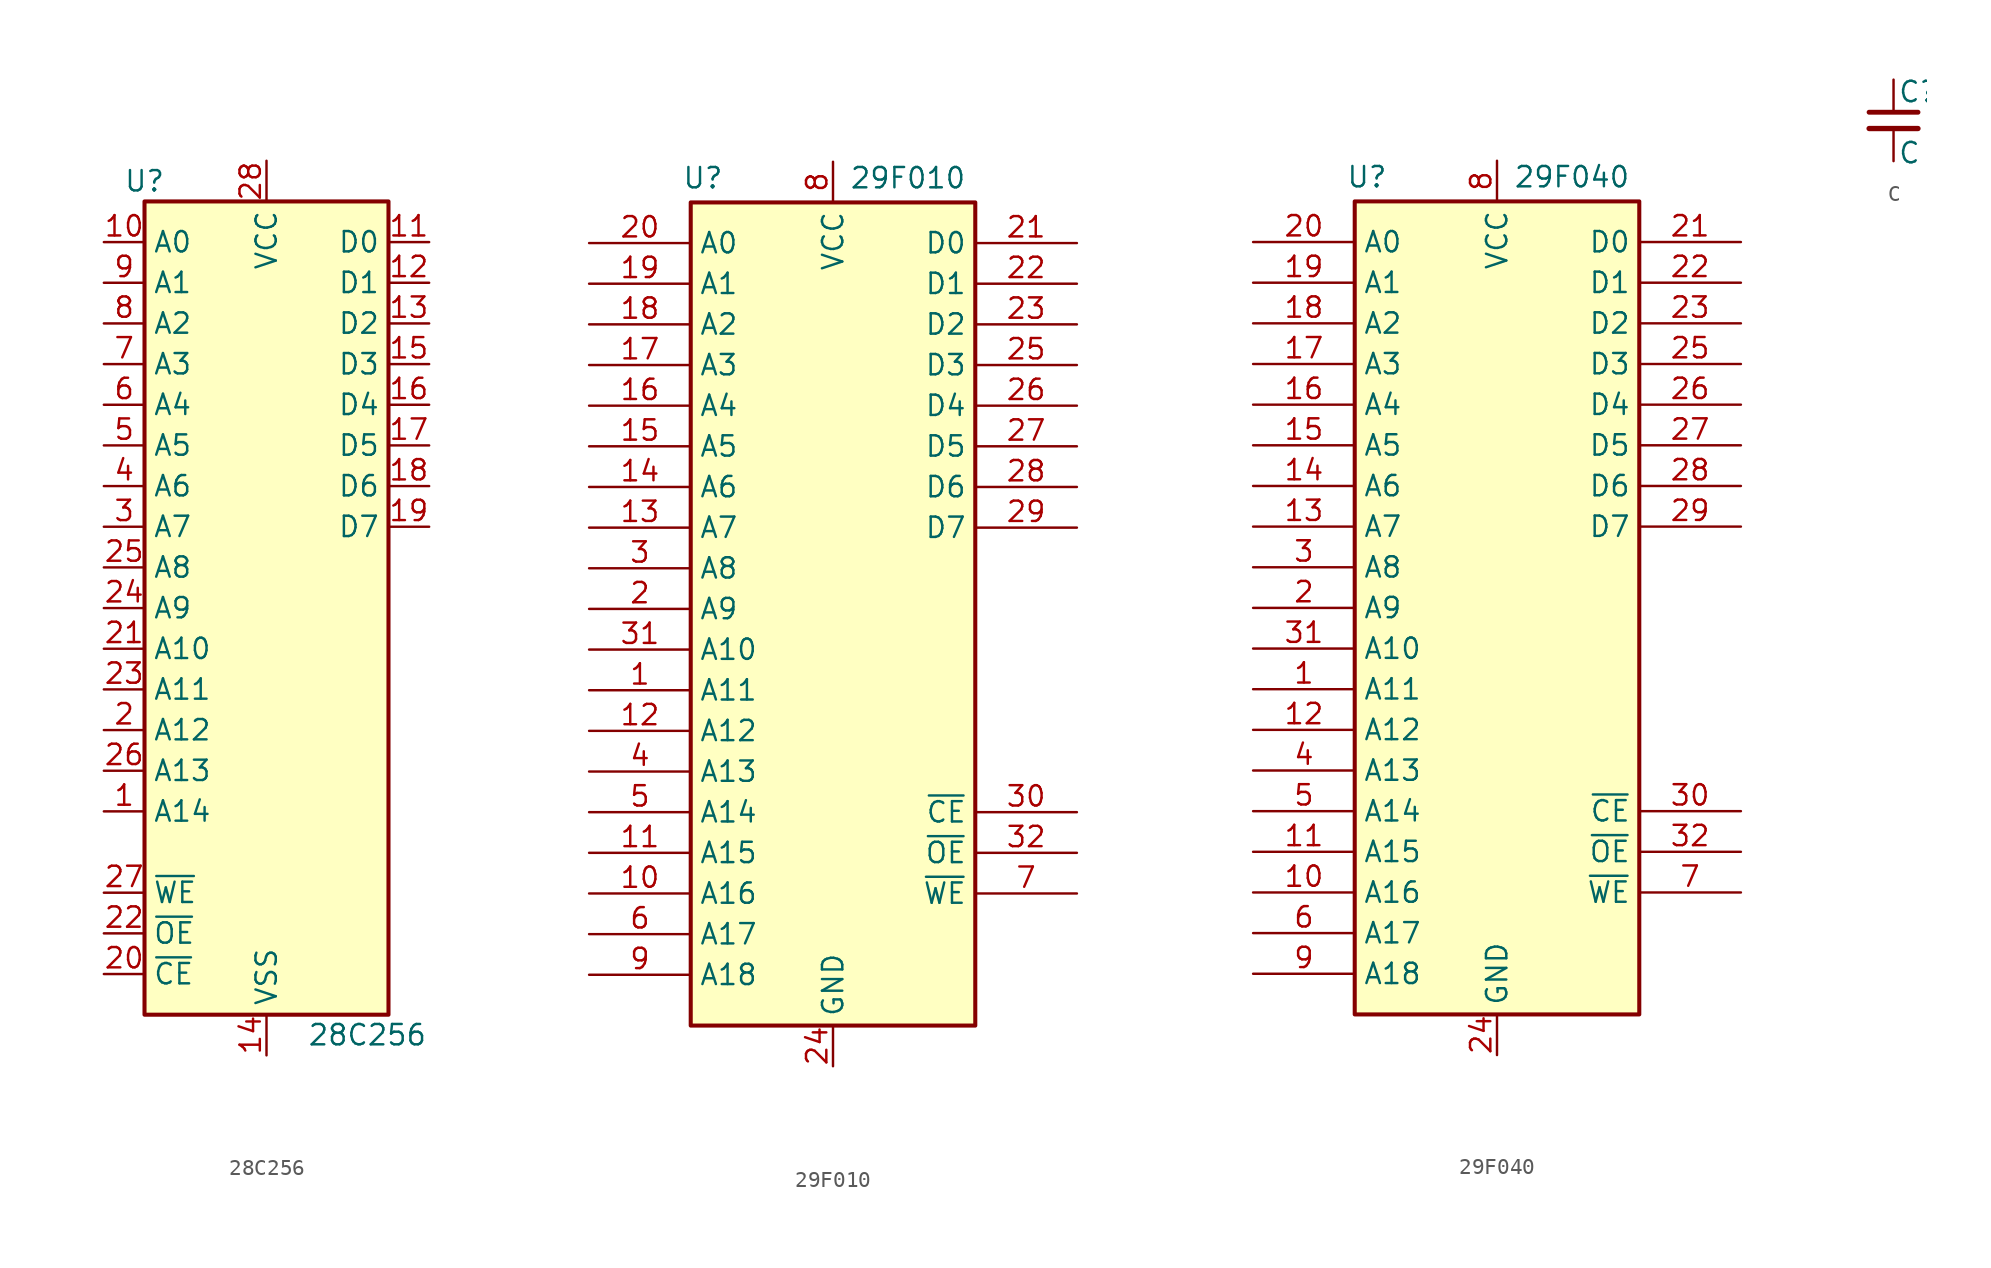
<source format=kicad_sym>
(kicad_symbol_lib
  (version 20220914)
  (generator kicad_symbol_editor)
  (symbol "28C256"
    (property "Reference" "U"
      (at -7.62 26.67 0)
      (effects (font (size 1.27 1.27))))
    (property "Value" "28C256"
      (at 2.54 -26.67 0)
      (effects (font (size 1.27 1.27)) (justify left)))
    (symbol "28C256_1_1"
      (rectangle (start -7.62 25.4) (end 7.62 -25.4) (stroke (width 0.254) (type default)) (fill (type background)))
      (pin input line (at -10.16 -12.7 0) (length 2.54) (name "A14" (effects (font (size 1.27 1.27)))) (number "1" (effects (font (size 1.27 1.27)))))
      (pin input line (at -10.16 22.86 0) (length 2.54) (name "A0" (effects (font (size 1.27 1.27)))) (number "10" (effects (font (size 1.27 1.27)))))
      (pin tri_state line (at 10.16 22.86 180) (length 2.54) (name "D0" (effects (font (size 1.27 1.27)))) (number "11" (effects (font (size 1.27 1.27)))))
      (pin tri_state line (at 10.16 20.32 180) (length 2.54) (name "D1" (effects (font (size 1.27 1.27)))) (number "12" (effects (font (size 1.27 1.27)))))
      (pin tri_state line (at 10.16 17.78 180) (length 2.54) (name "D2" (effects (font (size 1.27 1.27)))) (number "13" (effects (font (size 1.27 1.27)))))
      (pin power_in line (at 0 -27.94 90) (length 2.54) (name "VSS" (effects (font (size 1.27 1.27)))) (number "14" (effects (font (size 1.27 1.27)))))
      (pin tri_state line (at 10.16 15.24 180) (length 2.54) (name "D3" (effects (font (size 1.27 1.27)))) (number "15" (effects (font (size 1.27 1.27)))))
      (pin tri_state line (at 10.16 12.7 180) (length 2.54) (name "D4" (effects (font (size 1.27 1.27)))) (number "16" (effects (font (size 1.27 1.27)))))
      (pin tri_state line (at 10.16 10.16 180) (length 2.54) (name "D5" (effects (font (size 1.27 1.27)))) (number "17" (effects (font (size 1.27 1.27)))))
      (pin tri_state line (at 10.16 7.62 180) (length 2.54) (name "D6" (effects (font (size 1.27 1.27)))) (number "18" (effects (font (size 1.27 1.27)))))
      (pin tri_state line (at 10.16 5.08 180) (length 2.54) (name "D7" (effects (font (size 1.27 1.27)))) (number "19" (effects (font (size 1.27 1.27)))))
      (pin input line (at -10.16 -7.62 0) (length 2.54) (name "A12" (effects (font (size 1.27 1.27)))) (number "2" (effects (font (size 1.27 1.27)))))
      (pin input line (at -10.16 -22.86 0) (length 2.54) (name "~{CE}" (effects (font (size 1.27 1.27)))) (number "20" (effects (font (size 1.27 1.27)))))
      (pin input line (at -10.16 -2.54 0) (length 2.54) (name "A10" (effects (font (size 1.27 1.27)))) (number "21" (effects (font (size 1.27 1.27)))))
      (pin input line (at -10.16 -20.32 0) (length 2.54) (name "~{OE}" (effects (font (size 1.27 1.27)))) (number "22" (effects (font (size 1.27 1.27)))))
      (pin input line (at -10.16 -5.08 0) (length 2.54) (name "A11" (effects (font (size 1.27 1.27)))) (number "23" (effects (font (size 1.27 1.27)))))
      (pin input line (at -10.16 0 0) (length 2.54) (name "A9" (effects (font (size 1.27 1.27)))) (number "24" (effects (font (size 1.27 1.27)))))
      (pin input line (at -10.16 2.54 0) (length 2.54) (name "A8" (effects (font (size 1.27 1.27)))) (number "25" (effects (font (size 1.27 1.27)))))
      (pin input line (at -10.16 -10.16 0) (length 2.54) (name "A13" (effects (font (size 1.27 1.27)))) (number "26" (effects (font (size 1.27 1.27)))))
      (pin input line (at -10.16 -17.78 0) (length 2.54) (name "~{WE}" (effects (font (size 1.27 1.27)))) (number "27" (effects (font (size 1.27 1.27)))))
      (pin power_in line (at 0 27.94 270) (length 2.54) (name "VCC" (effects (font (size 1.27 1.27)))) (number "28" (effects (font (size 1.27 1.27)))))
      (pin input line (at -10.16 5.08 0) (length 2.54) (name "A7" (effects (font (size 1.27 1.27)))) (number "3" (effects (font (size 1.27 1.27)))))
      (pin input line (at -10.16 7.62 0) (length 2.54) (name "A6" (effects (font (size 1.27 1.27)))) (number "4" (effects (font (size 1.27 1.27)))))
      (pin input line (at -10.16 10.16 0) (length 2.54) (name "A5" (effects (font (size 1.27 1.27)))) (number "5" (effects (font (size 1.27 1.27)))))
      (pin input line (at -10.16 12.7 0) (length 2.54) (name "A4" (effects (font (size 1.27 1.27)))) (number "6" (effects (font (size 1.27 1.27)))))
      (pin input line (at -10.16 15.24 0) (length 2.54) (name "A3" (effects (font (size 1.27 1.27)))) (number "7" (effects (font (size 1.27 1.27)))))
      (pin input line (at -10.16 17.78 0) (length 2.54) (name "A2" (effects (font (size 1.27 1.27)))) (number "8" (effects (font (size 1.27 1.27)))))
      (pin input line (at -10.16 20.32 0) (length 2.54) (name "A1" (effects (font (size 1.27 1.27)))) (number "9" (effects (font (size 1.27 1.27)))))))
  (symbol "29F010"
    (property "Reference" "U"
      (at -8.128 24.384 0)
      (effects (font (size 1.27 1.27))))
    (property "Value" "29F010"
      (at 1.016 24.384 0)
      (effects (font (size 1.27 1.27)) (justify left)))
    (symbol "29F010_0_1"
      (rectangle (start -8.89 22.86) (end 8.89 -28.575) (stroke (width 0.254) (type default)) (fill (type background))))
    (symbol "29F010_1_1"
      (pin input line (at -15.24 -7.62 0) (length 6.35) (name "A11" (effects (font (size 1.27 1.27)))) (number "1" (effects (font (size 1.27 1.27)))))
      (pin input line (at -15.24 -20.32 0) (length 6.35) (name "A16" (effects (font (size 1.27 1.27)))) (number "10" (effects (font (size 1.27 1.27)))))
      (pin input line (at -15.24 -17.78 0) (length 6.35) (name "A15" (effects (font (size 1.27 1.27)))) (number "11" (effects (font (size 1.27 1.27)))))
      (pin input line (at -15.24 -10.16 0) (length 6.35) (name "A12" (effects (font (size 1.27 1.27)))) (number "12" (effects (font (size 1.27 1.27)))))
      (pin input line (at -15.24 2.54 0) (length 6.35) (name "A7" (effects (font (size 1.27 1.27)))) (number "13" (effects (font (size 1.27 1.27)))))
      (pin input line (at -15.24 5.08 0) (length 6.35) (name "A6" (effects (font (size 1.27 1.27)))) (number "14" (effects (font (size 1.27 1.27)))))
      (pin input line (at -15.24 7.62 0) (length 6.35) (name "A5" (effects (font (size 1.27 1.27)))) (number "15" (effects (font (size 1.27 1.27)))))
      (pin input line (at -15.24 10.16 0) (length 6.35) (name "A4" (effects (font (size 1.27 1.27)))) (number "16" (effects (font (size 1.27 1.27)))))
      (pin input line (at -15.24 12.7 0) (length 6.35) (name "A3" (effects (font (size 1.27 1.27)))) (number "17" (effects (font (size 1.27 1.27)))))
      (pin input line (at -15.24 15.24 0) (length 6.35) (name "A2" (effects (font (size 1.27 1.27)))) (number "18" (effects (font (size 1.27 1.27)))))
      (pin input line (at -15.24 17.78 0) (length 6.35) (name "A1" (effects (font (size 1.27 1.27)))) (number "19" (effects (font (size 1.27 1.27)))))
      (pin input line (at -15.24 -2.54 0) (length 6.35) (name "A9" (effects (font (size 1.27 1.27)))) (number "2" (effects (font (size 1.27 1.27)))))
      (pin input line (at -15.24 20.32 0) (length 6.35) (name "A0" (effects (font (size 1.27 1.27)))) (number "20" (effects (font (size 1.27 1.27)))))
      (pin tri_state line (at 15.24 20.32 180) (length 6.35) (name "D0" (effects (font (size 1.27 1.27)))) (number "21" (effects (font (size 1.27 1.27)))))
      (pin tri_state line (at 15.24 17.78 180) (length 6.35) (name "D1" (effects (font (size 1.27 1.27)))) (number "22" (effects (font (size 1.27 1.27)))))
      (pin tri_state line (at 15.24 15.24 180) (length 6.35) (name "D2" (effects (font (size 1.27 1.27)))) (number "23" (effects (font (size 1.27 1.27)))))
      (pin input line (at 0 -31.115 90) (length 2.54) (name "GND" (effects (font (size 1.27 1.27)))) (number "24" (effects (font (size 1.27 1.27)))))
      (pin tri_state line (at 15.24 12.7 180) (length 6.35) (name "D3" (effects (font (size 1.27 1.27)))) (number "25" (effects (font (size 1.27 1.27)))))
      (pin tri_state line (at 15.24 10.16 180) (length 6.35) (name "D4" (effects (font (size 1.27 1.27)))) (number "26" (effects (font (size 1.27 1.27)))))
      (pin tri_state line (at 15.24 7.62 180) (length 6.35) (name "D5" (effects (font (size 1.27 1.27)))) (number "27" (effects (font (size 1.27 1.27)))))
      (pin tri_state line (at 15.24 5.08 180) (length 6.35) (name "D6" (effects (font (size 1.27 1.27)))) (number "28" (effects (font (size 1.27 1.27)))))
      (pin tri_state line (at 15.24 2.54 180) (length 6.35) (name "D7" (effects (font (size 1.27 1.27)))) (number "29" (effects (font (size 1.27 1.27)))))
      (pin input line (at -15.24 0 0) (length 6.35) (name "A8" (effects (font (size 1.27 1.27)))) (number "3" (effects (font (size 1.27 1.27)))))
      (pin input line (at 15.24 -15.24 180) (length 6.35) (name "~{CE}" (effects (font (size 1.27 1.27)))) (number "30" (effects (font (size 1.27 1.27)))))
      (pin input line (at -15.24 -5.08 0) (length 6.35) (name "A10" (effects (font (size 1.27 1.27)))) (number "31" (effects (font (size 1.27 1.27)))))
      (pin input line (at 15.24 -17.78 180) (length 6.35) (name "~{OE}" (effects (font (size 1.27 1.27)))) (number "32" (effects (font (size 1.27 1.27)))))
      (pin input line (at -15.24 -12.7 0) (length 6.35) (name "A13" (effects (font (size 1.27 1.27)))) (number "4" (effects (font (size 1.27 1.27)))))
      (pin input line (at -15.24 -15.24 0) (length 6.35) (name "A14" (effects (font (size 1.27 1.27)))) (number "5" (effects (font (size 1.27 1.27)))))
      (pin input line (at -15.24 -22.86 0) (length 6.35) (name "A17" (effects (font (size 1.27 1.27)))) (number "6" (effects (font (size 1.27 1.27)))))
      (pin input line (at 15.24 -20.32 180) (length 6.35) (name "~{WE}" (effects (font (size 1.27 1.27)))) (number "7" (effects (font (size 1.27 1.27)))))
      (pin input line (at 0 25.4 270) (length 2.54) (name "VCC" (effects (font (size 1.27 1.27)))) (number "8" (effects (font (size 1.27 1.27)))))
      (pin input line (at -15.24 -25.4 0) (length 6.35) (name "A18" (effects (font (size 1.27 1.27)))) (number "9" (effects (font (size 1.27 1.27)))))))
  (symbol "29F040"
    (property "Reference" "U"
      (at -8.128 24.384 0)
      (effects (font (size 1.27 1.27))))
    (property "Value" "29F040"
      (at 1.016 24.384 0)
      (effects (font (size 1.27 1.27)) (justify left)))
    (symbol "29F040_0_1"
      (rectangle (start -8.89 22.86) (end 8.89 -27.94) (stroke (width 0.254) (type default)) (fill (type background))))
    (symbol "29F040_1_1"
      (pin input line (at -15.24 -7.62 0) (length 6.35) (name "A11" (effects (font (size 1.27 1.27)))) (number "1" (effects (font (size 1.27 1.27)))))
      (pin input line (at -15.24 -20.32 0) (length 6.35) (name "A16" (effects (font (size 1.27 1.27)))) (number "10" (effects (font (size 1.27 1.27)))))
      (pin input line (at -15.24 -17.78 0) (length 6.35) (name "A15" (effects (font (size 1.27 1.27)))) (number "11" (effects (font (size 1.27 1.27)))))
      (pin input line (at -15.24 -10.16 0) (length 6.35) (name "A12" (effects (font (size 1.27 1.27)))) (number "12" (effects (font (size 1.27 1.27)))))
      (pin input line (at -15.24 2.54 0) (length 6.35) (name "A7" (effects (font (size 1.27 1.27)))) (number "13" (effects (font (size 1.27 1.27)))))
      (pin input line (at -15.24 5.08 0) (length 6.35) (name "A6" (effects (font (size 1.27 1.27)))) (number "14" (effects (font (size 1.27 1.27)))))
      (pin input line (at -15.24 7.62 0) (length 6.35) (name "A5" (effects (font (size 1.27 1.27)))) (number "15" (effects (font (size 1.27 1.27)))))
      (pin input line (at -15.24 10.16 0) (length 6.35) (name "A4" (effects (font (size 1.27 1.27)))) (number "16" (effects (font (size 1.27 1.27)))))
      (pin input line (at -15.24 12.7 0) (length 6.35) (name "A3" (effects (font (size 1.27 1.27)))) (number "17" (effects (font (size 1.27 1.27)))))
      (pin input line (at -15.24 15.24 0) (length 6.35) (name "A2" (effects (font (size 1.27 1.27)))) (number "18" (effects (font (size 1.27 1.27)))))
      (pin input line (at -15.24 17.78 0) (length 6.35) (name "A1" (effects (font (size 1.27 1.27)))) (number "19" (effects (font (size 1.27 1.27)))))
      (pin input line (at -15.24 -2.54 0) (length 6.35) (name "A9" (effects (font (size 1.27 1.27)))) (number "2" (effects (font (size 1.27 1.27)))))
      (pin input line (at -15.24 20.32 0) (length 6.35) (name "A0" (effects (font (size 1.27 1.27)))) (number "20" (effects (font (size 1.27 1.27)))))
      (pin tri_state line (at 15.24 20.32 180) (length 6.35) (name "D0" (effects (font (size 1.27 1.27)))) (number "21" (effects (font (size 1.27 1.27)))))
      (pin tri_state line (at 15.24 17.78 180) (length 6.35) (name "D1" (effects (font (size 1.27 1.27)))) (number "22" (effects (font (size 1.27 1.27)))))
      (pin tri_state line (at 15.24 15.24 180) (length 6.35) (name "D2" (effects (font (size 1.27 1.27)))) (number "23" (effects (font (size 1.27 1.27)))))
      (pin input line (at 0 -30.48 90) (length 2.54) (name "GND" (effects (font (size 1.27 1.27)))) (number "24" (effects (font (size 1.27 1.27)))))
      (pin tri_state line (at 15.24 12.7 180) (length 6.35) (name "D3" (effects (font (size 1.27 1.27)))) (number "25" (effects (font (size 1.27 1.27)))))
      (pin tri_state line (at 15.24 10.16 180) (length 6.35) (name "D4" (effects (font (size 1.27 1.27)))) (number "26" (effects (font (size 1.27 1.27)))))
      (pin tri_state line (at 15.24 7.62 180) (length 6.35) (name "D5" (effects (font (size 1.27 1.27)))) (number "27" (effects (font (size 1.27 1.27)))))
      (pin tri_state line (at 15.24 5.08 180) (length 6.35) (name "D6" (effects (font (size 1.27 1.27)))) (number "28" (effects (font (size 1.27 1.27)))))
      (pin tri_state line (at 15.24 2.54 180) (length 6.35) (name "D7" (effects (font (size 1.27 1.27)))) (number "29" (effects (font (size 1.27 1.27)))))
      (pin input line (at -15.24 0 0) (length 6.35) (name "A8" (effects (font (size 1.27 1.27)))) (number "3" (effects (font (size 1.27 1.27)))))
      (pin input line (at 15.24 -15.24 180) (length 6.35) (name "~{CE}" (effects (font (size 1.27 1.27)))) (number "30" (effects (font (size 1.27 1.27)))))
      (pin input line (at -15.24 -5.08 0) (length 6.35) (name "A10" (effects (font (size 1.27 1.27)))) (number "31" (effects (font (size 1.27 1.27)))))
      (pin input line (at 15.24 -17.78 180) (length 6.35) (name "~{OE}" (effects (font (size 1.27 1.27)))) (number "32" (effects (font (size 1.27 1.27)))))
      (pin input line (at -15.24 -12.7 0) (length 6.35) (name "A13" (effects (font (size 1.27 1.27)))) (number "4" (effects (font (size 1.27 1.27)))))
      (pin input line (at -15.24 -15.24 0) (length 6.35) (name "A14" (effects (font (size 1.27 1.27)))) (number "5" (effects (font (size 1.27 1.27)))))
      (pin input line (at -15.24 -22.86 0) (length 6.35) (name "A17" (effects (font (size 1.27 1.27)))) (number "6" (effects (font (size 1.27 1.27)))))
      (pin input line (at 15.24 -20.32 180) (length 6.35) (name "~{WE}" (effects (font (size 1.27 1.27)))) (number "7" (effects (font (size 1.27 1.27)))))
      (pin input line (at 0 25.4 270) (length 2.54) (name "VCC" (effects (font (size 1.27 1.27)))) (number "8" (effects (font (size 1.27 1.27)))))
      (pin input line (at -15.24 -25.4 0) (length 6.35) (name "A18" (effects (font (size 1.27 1.27)))) (number "9" (effects (font (size 1.27 1.27)))))))
  (symbol "C"
    (pin_numbers hide)
    (pin_names
      (offset 0.254) hide)
    (property "Reference" "C"
      (at 0.254 1.778 0)
      (effects (font (size 1.27 1.27)) (justify left)))
    (property "Value" "C"
      (at 0.254 -2.032 0)
      (effects (font (size 1.27 1.27)) (justify left)))
    (symbol "C_0_1"
      (polyline (pts (xy -1.524 -0.508) (xy 1.524 -0.508)) (stroke (width 0.33) (type default)) (fill (type none)))
      (polyline (pts (xy -1.524 0.508) (xy 1.524 0.508)) (stroke (width 0.305) (type default)) (fill (type none))))
    (symbol "C_1_1"
      (pin passive line (at 0 2.54 270) (length 2.032) (name "~" (effects (font (size 1.27 1.27)))) (number "1" (effects (font (size 1.27 1.27)))))
      (pin passive line (at 0 -2.54 90) (length 2.032) (name "~" (effects (font (size 1.27 1.27)))) (number "2" (effects (font (size 1.27 1.27))))))))
</source>
